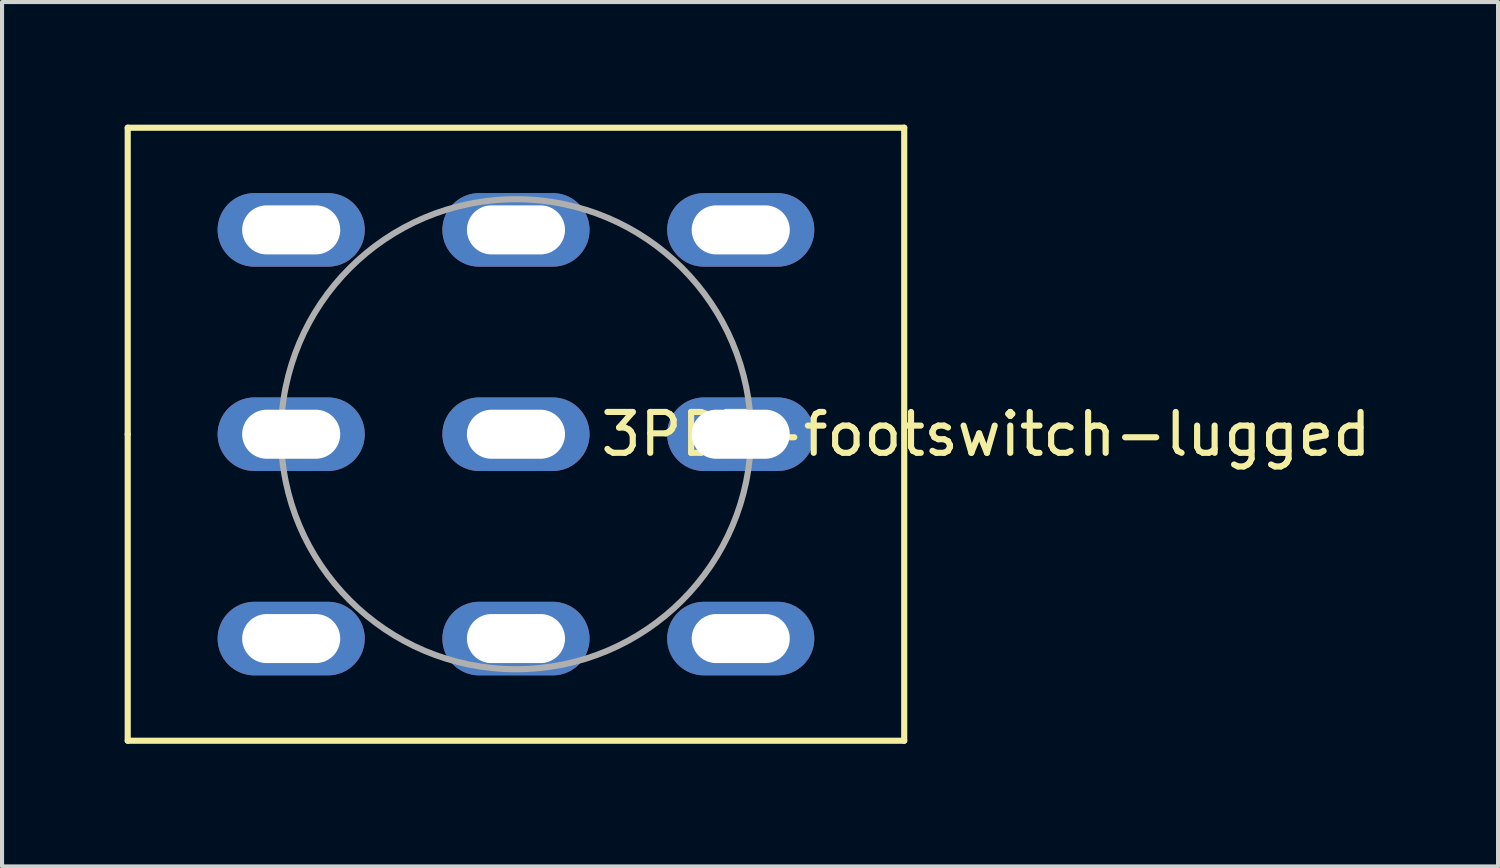
<source format=kicad_pcb>
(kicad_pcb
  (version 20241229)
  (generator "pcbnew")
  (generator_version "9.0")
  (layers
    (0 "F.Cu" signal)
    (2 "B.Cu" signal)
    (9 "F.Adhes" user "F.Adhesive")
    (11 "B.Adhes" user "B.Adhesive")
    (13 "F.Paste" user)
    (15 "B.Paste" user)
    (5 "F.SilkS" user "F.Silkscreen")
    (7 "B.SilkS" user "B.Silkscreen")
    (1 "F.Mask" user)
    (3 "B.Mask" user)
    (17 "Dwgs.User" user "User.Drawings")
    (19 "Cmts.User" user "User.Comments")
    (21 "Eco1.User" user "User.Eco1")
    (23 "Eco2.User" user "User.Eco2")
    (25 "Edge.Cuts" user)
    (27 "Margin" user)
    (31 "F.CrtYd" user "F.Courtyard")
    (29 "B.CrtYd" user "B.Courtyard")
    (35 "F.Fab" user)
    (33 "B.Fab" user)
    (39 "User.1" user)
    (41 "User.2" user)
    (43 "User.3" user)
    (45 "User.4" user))
  (footprint "3PDT-footswitch-lugged"
    (layer "F.Cu")
    (at 9.575 7.575)
    (property "Reference" "3PDT-footswitch-lugged" (at 11.5 0 0) (layer "F.SilkS") (effects (font (size 1 1) (thickness 0.15))))
    (attr through_hole)
    (fp_line (start -9.5 -7.5) (end -9.5 0) (stroke (width 0.15) (type solid)) (layer "F.SilkS"))
    (fp_line (start -9.5 0) (end -9.5 7.5) (stroke (width 0.15) (type solid)) (layer "F.SilkS"))
    (fp_line (start -9.5 7.5) (end 9.5 7.5) (stroke (width 0.15) (type solid)) (layer "F.SilkS"))
    (fp_line (start 9.5 -7.5) (end -9.5 -7.5) (stroke (width 0.15) (type solid)) (layer "F.SilkS"))
    (fp_line (start 9.5 7.5) (end 9.5 -7.5) (stroke (width 0.15) (type solid)) (layer "F.SilkS"))
    (fp_circle (center 0 0) (end 0 -5.75) (stroke (width 0.15) (type solid)) (fill no) (layer "F.Fab"))
    (pad "1" thru_hole oval (at -5.5 -5 270) (size 1.8 3.6) (drill oval 1.2 2.4) (layers "*.Cu" "*.Mask"))
    (pad "2" thru_hole oval (at -5.5 0 270) (size 1.8 3.6) (drill oval 1.2 2.4) (layers "*.Cu" "*.Mask"))
    (pad "3" thru_hole oval (at -5.5 5 270) (size 1.8 3.6) (drill oval 1.2 2.4) (layers "*.Cu" "*.Mask"))
    (pad "4" thru_hole oval (at 0 -5 270) (size 1.8 3.6) (drill oval 1.2 2.4) (layers "*.Cu" "*.Mask"))
    (pad "5" thru_hole oval (at 0 0 270) (size 1.8 3.6) (drill oval 1.2 2.4) (layers "*.Cu" "*.Mask"))
    (pad "6" thru_hole oval (at 0 5 270) (size 1.8 3.6) (drill oval 1.2 2.4) (layers "*.Cu" "*.Mask"))
    (pad "7" thru_hole oval (at 5.5 -5 270) (size 1.8 3.6) (drill oval 1.2 2.4) (layers "*.Cu" "*.Mask"))
    (pad "8" thru_hole oval (at 5.5 0 270) (size 1.8 3.6) (drill oval 1.2 2.4) (layers "*.Cu" "*.Mask"))
    (pad "9" thru_hole oval (at 5.5 5 270) (size 1.8 3.6) (drill oval 1.2 2.4) (layers "*.Cu" "*.Mask")))
  (gr_rect
    (start -3 -3)
    (end 33.605 18.15)
    (stroke (width 0.1) (type default))
    (fill no)
    (layer "Edge.Cuts")))
</source>
